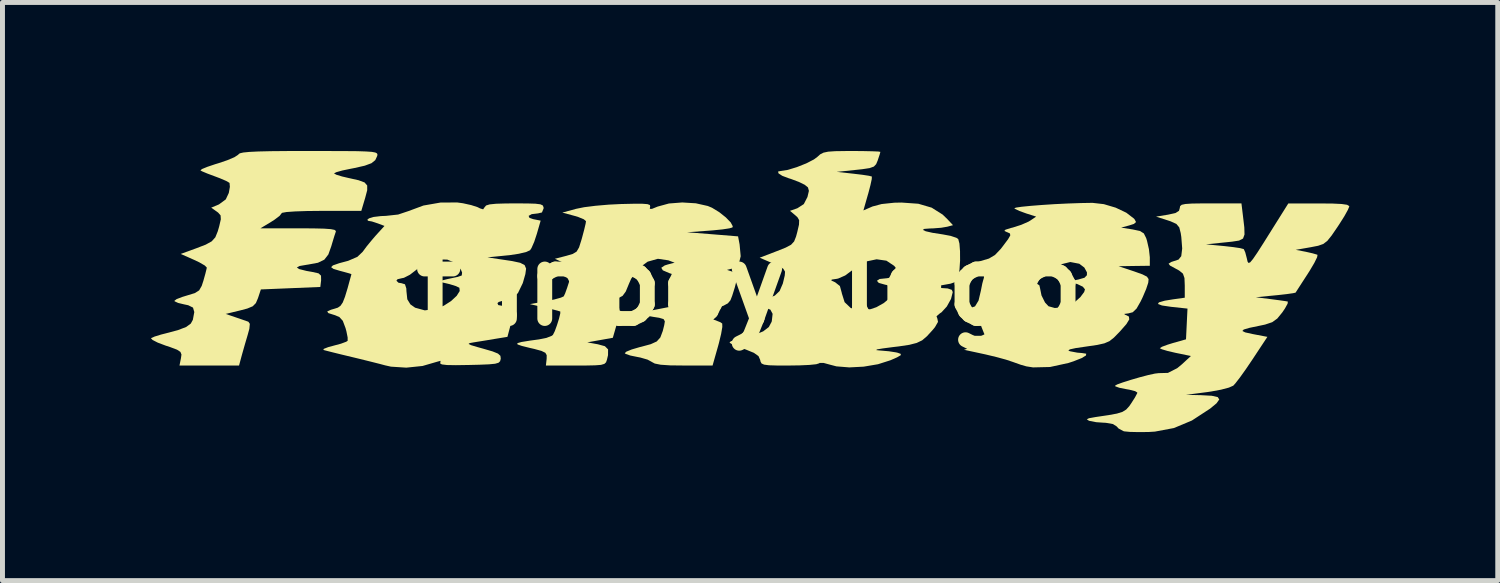
<source format=kicad_pcb>
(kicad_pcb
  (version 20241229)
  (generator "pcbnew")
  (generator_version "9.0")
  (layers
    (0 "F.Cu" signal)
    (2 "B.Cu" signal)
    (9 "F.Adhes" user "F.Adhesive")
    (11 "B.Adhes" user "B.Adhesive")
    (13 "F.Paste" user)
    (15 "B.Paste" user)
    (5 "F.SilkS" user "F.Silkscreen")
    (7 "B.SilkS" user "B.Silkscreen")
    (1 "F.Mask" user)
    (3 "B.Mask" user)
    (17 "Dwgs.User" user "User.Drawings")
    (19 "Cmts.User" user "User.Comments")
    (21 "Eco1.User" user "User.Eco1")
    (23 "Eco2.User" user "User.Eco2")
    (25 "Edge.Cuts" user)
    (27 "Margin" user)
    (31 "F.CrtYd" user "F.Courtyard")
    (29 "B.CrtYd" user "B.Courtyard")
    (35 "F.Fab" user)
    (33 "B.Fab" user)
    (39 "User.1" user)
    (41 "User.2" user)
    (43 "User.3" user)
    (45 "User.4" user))
  (footprint "fanboy_logo"
    (layer "F.Cu")
    (at 12.098 2.706)
    (property "Reference" "fanboy_logo" (at 0 0 0) (layer "F.SilkS") (effects (font (size 1.5 1.5) (thickness 0.3))))
    (attr board_only exclude_from_pos_files exclude_from_bom)
    (fp_poly (pts (xy -8.491 -2.705) (xy -8.17 -2.704) (xy -7.927 -2.702) (xy -7.753 -2.696) (xy -7.636 -2.688) (xy -7.566 -2.675) (xy -7.532 -2.657) (xy -7.523 -2.634) (xy -7.528 -2.604) (xy -7.529 -2.603) (xy -7.567 -2.521) (xy -7.644 -2.459) (xy -7.779 -2.409) (xy -7.991 -2.361) (xy -8.063 -2.347) (xy -8.232 -2.312) (xy -8.352 -2.278) (xy -8.4 -2.254) (xy -8.4 -2.253) (xy -8.355 -2.227) (xy -8.238 -2.191) (xy -8.11 -2.161) (xy -7.904 -2.115) (xy -7.783 -2.07) (xy -7.73 -2.009) (xy -7.73 -1.913) (xy -7.769 -1.765) (xy -7.771 -1.758) (xy -7.849 -1.496) (xy -8.654 -1.496) (xy -8.947 -1.493) (xy -9.186 -1.485) (xy -9.358 -1.473) (xy -9.448 -1.457) (xy -9.458 -1.449) (xy -9.498 -1.397) (xy -9.599 -1.32) (xy -9.672 -1.273) (xy -9.886 -1.144) (xy -9.112 -1.144) (xy -8.813 -1.142) (xy -8.601 -1.137) (xy -8.464 -1.127) (xy -8.389 -1.112) (xy -8.363 -1.089) (xy -8.365 -1.073) (xy -8.395 -0.983) (xy -8.438 -0.841) (xy -8.455 -0.783) (xy -8.515 -0.615) (xy -8.597 -0.51) (xy -8.725 -0.448) (xy -8.926 -0.411) (xy -8.947 -0.408) (xy -9.099 -0.382) (xy -9.151 -0.352) (xy -9.104 -0.32) (xy -8.957 -0.283) (xy -8.837 -0.262) (xy -8.713 -0.234) (xy -8.663 -0.188) (xy -8.661 -0.099) (xy -8.661 -0.095) (xy -8.677 0.041) (xy -9.277 0.066) (xy -9.878 0.091) (xy -9.936 0.266) (xy -9.979 0.367) (xy -10.042 0.431) (xy -10.152 0.477) (xy -10.292 0.514) (xy -10.589 0.586) (xy -10.389 0.654) (xy -10.249 0.702) (xy -10.146 0.738) (xy -10.13 0.744) (xy -10.101 0.786) (xy -10.111 0.887) (xy -10.144 1.008) (xy -10.2 1.198) (xy -10.253 1.385) (xy -10.268 1.439) (xy -10.319 1.628) (xy -10.92 1.628) (xy -11.522 1.628) (xy -11.493 1.483) (xy -11.482 1.406) (xy -11.503 1.353) (xy -11.572 1.308) (xy -11.71 1.256) (xy -11.801 1.226) (xy -11.96 1.166) (xy -12.065 1.113) (xy -12.098 1.078) (xy -12.096 1.075) (xy -12.025 1.043) (xy -11.892 1.002) (xy -11.801 0.979) (xy -11.553 0.913) (xy -11.389 0.85) (xy -11.294 0.781) (xy -11.252 0.705) (xy -11.223 0.548) (xy -11.249 0.458) (xy -11.346 0.41) (xy -11.423 0.394) (xy -11.549 0.364) (xy -11.62 0.331) (xy -11.625 0.321) (xy -11.581 0.287) (xy -11.467 0.243) (xy -11.366 0.212) (xy -11.212 0.165) (xy -11.125 0.11) (xy -11.073 0.019) (xy -11.039 -0.085) (xy -10.999 -0.228) (xy -10.974 -0.33) (xy -10.971 -0.352) (xy -11.012 -0.393) (xy -11.121 -0.456) (xy -11.233 -0.509) (xy -11.497 -0.626) (xy -11.184 -0.74) (xy -10.992 -0.814) (xy -10.871 -0.881) (xy -10.798 -0.962) (xy -10.749 -1.083) (xy -10.719 -1.187) (xy -10.687 -1.326) (xy -10.692 -1.405) (xy -10.741 -1.461) (xy -10.771 -1.483) (xy -10.881 -1.561) (xy -10.726 -1.626) (xy -10.587 -1.728) (xy -10.526 -1.858) (xy -10.504 -1.981) (xy -10.511 -2.059) (xy -10.514 -2.063) (xy -10.577 -2.1) (xy -10.703 -2.154) (xy -10.809 -2.194) (xy -10.959 -2.25) (xy -11.066 -2.295) (xy -11.099 -2.314) (xy -11.068 -2.341) (xy -10.961 -2.385) (xy -10.798 -2.44) (xy -10.741 -2.457) (xy -10.557 -2.519) (xy -10.413 -2.58) (xy -10.336 -2.63) (xy -10.33 -2.639) (xy -10.303 -2.659) (xy -10.234 -2.675) (xy -10.112 -2.687) (xy -9.929 -2.696) (xy -9.674 -2.702) (xy -9.338 -2.705) (xy -8.911 -2.706) (xy -8.903 -2.706)) (stroke (width 0) (type solid)) (fill yes) (layer "F.SilkS"))
    (fp_poly (pts (xy 7.151 -1.632) (xy 7.39 -1.561) (xy 7.605 -1.459) (xy 7.76 -1.34) (xy 7.772 -1.326) (xy 7.801 -1.271) (xy 7.76 -1.233) (xy 7.668 -1.203) (xy 7.501 -1.158) (xy 7.733 -1.121) (xy 7.879 -1.09) (xy 7.959 -1.041) (xy 8.006 -0.947) (xy 8.023 -0.893) (xy 8.062 -0.722) (xy 8.08 -0.559) (xy 8.08 -0.545) (xy 8.08 -0.387) (xy 7.765 -0.383) (xy 7.45 -0.378) (xy 7.764 -0.273) (xy 7.932 -0.213) (xy 8.022 -0.167) (xy 8.055 -0.118) (xy 8.049 -0.05) (xy 8.046 -0.038) (xy 8.006 0.083) (xy 7.937 0.245) (xy 7.896 0.331) (xy 7.812 0.478) (xy 7.735 0.552) (xy 7.642 0.576) (xy 7.638 0.576) (xy 7.562 0.586) (xy 7.582 0.603) (xy 7.589 0.605) (xy 7.657 0.638) (xy 7.665 0.696) (xy 7.607 0.791) (xy 7.478 0.938) (xy 7.461 0.956) (xy 7.354 1.065) (xy 7.264 1.136) (xy 7.162 1.18) (xy 7.019 1.212) (xy 6.807 1.243) (xy 6.793 1.245) (xy 6.582 1.276) (xy 6.464 1.302) (xy 6.434 1.325) (xy 6.467 1.34) (xy 6.615 1.368) (xy 6.71 1.376) (xy 6.795 1.389) (xy 6.79 1.425) (xy 6.703 1.478) (xy 6.539 1.543) (xy 6.435 1.577) (xy 6.063 1.658) (xy 5.721 1.666) (xy 5.586 1.645) (xy 5.471 1.612) (xy 5.325 1.56) (xy 5.308 1.554) (xy 5.173 1.509) (xy 4.978 1.456) (xy 4.761 1.404) (xy 4.729 1.397) (xy 4.326 1.31) (xy 4.547 1.243) (xy 4.684 1.199) (xy 4.774 1.165) (xy 4.79 1.155) (xy 4.784 1.101) (xy 4.741 0.997) (xy 4.732 0.981) (xy 4.677 0.843) (xy 4.653 0.724) (xy 4.653 0.723) (xy 4.62 0.636) (xy 4.508 0.589) (xy 4.502 0.588) (xy 4.392 0.55) (xy 4.353 0.506) (xy 4.393 0.475) (xy 4.45 0.469) (xy 4.549 0.433) (xy 4.62 0.316) (xy 4.667 0.117) (xy 4.696 -0.029) (xy 4.711 -0.085) (xy 5.737 -0.085) (xy 5.748 -0.042) (xy 5.784 -0.035) (xy 5.849 0.008) (xy 5.863 0.069) (xy 5.892 0.213) (xy 5.963 0.355) (xy 6.034 0.431) (xy 6.16 0.466) (xy 6.33 0.452) (xy 6.434 0.422) (xy 6.559 0.351) (xy 6.676 0.247) (xy 6.754 0.142) (xy 6.77 0.089) (xy 6.727 0.036) (xy 6.621 -0.015) (xy 6.606 -0.02) (xy 6.442 -0.07) (xy 6.634 -0.109) (xy 6.76 -0.145) (xy 6.809 -0.196) (xy 6.81 -0.254) (xy 6.757 -0.351) (xy 6.655 -0.428) (xy 6.473 -0.463) (xy 6.276 -0.414) (xy 6.092 -0.289) (xy 6.063 -0.26) (xy 5.957 -0.174) (xy 5.861 -0.136) (xy 5.857 -0.135) (xy 5.764 -0.11) (xy 5.737 -0.085) (xy 4.711 -0.085) (xy 4.727 -0.14) (xy 4.729 -0.145) (xy 4.729 -0.206) (xy 4.661 -0.255) (xy 4.558 -0.291) (xy 4.438 -0.335) (xy 4.377 -0.375) (xy 4.375 -0.386) (xy 4.433 -0.416) (xy 4.557 -0.456) (xy 4.663 -0.483) (xy 4.831 -0.533) (xy 4.953 -0.606) (xy 5.069 -0.728) (xy 5.116 -0.789) (xy 5.217 -0.924) (xy 5.261 -1) (xy 5.255 -1.039) (xy 5.205 -1.063) (xy 5.192 -1.067) (xy 5.141 -1.091) (xy 5.164 -1.116) (xy 5.273 -1.15) (xy 5.314 -1.16) (xy 5.482 -1.214) (xy 5.628 -1.278) (xy 5.665 -1.3) (xy 5.784 -1.38) (xy 5.584 -1.444) (xy 5.448 -1.493) (xy 5.356 -1.537) (xy 5.342 -1.547) (xy 5.375 -1.562) (xy 5.49 -1.579) (xy 5.67 -1.597) (xy 5.898 -1.615) (xy 6.156 -1.632) (xy 6.425 -1.645) (xy 6.689 -1.654) (xy 6.923 -1.658)) (stroke (width 0) (type solid)) (fill yes) (layer "F.SilkS"))
    (fp_poly (pts (xy -1.091 -1.649) (xy -0.85 -1.595) (xy -0.764 -1.559) (xy -0.617 -1.469) (xy -0.485 -1.364) (xy -0.387 -1.263) (xy -0.345 -1.185) (xy -0.352 -1.161) (xy -0.414 -1.143) (xy -0.552 -1.122) (xy -0.74 -1.103) (xy -0.827 -1.096) (xy -1.268 -1.064) (xy -0.753 -1.023) (xy -0.238 -0.981) (xy -0.207 -0.818) (xy -0.185 -0.579) (xy -0.225 -0.419) (xy -0.325 -0.338) (xy -0.336 -0.335) (xy -0.462 -0.304) (xy -0.349 -0.267) (xy -0.289 -0.238) (xy -0.261 -0.189) (xy -0.266 -0.099) (xy -0.304 0.051) (xy -0.356 0.217) (xy -0.392 0.31) (xy -0.444 0.372) (xy -0.537 0.422) (xy -0.694 0.473) (xy -0.781 0.498) (xy -1.15 0.603) (xy -0.87 0.665) (xy -0.711 0.708) (xy -0.596 0.753) (xy -0.558 0.78) (xy -0.556 0.849) (xy -0.58 0.988) (xy -0.624 1.171) (xy -0.64 1.23) (xy -0.753 1.628) (xy -1.329 1.628) (xy -1.609 1.625) (xy -1.802 1.612) (xy -1.921 1.588) (xy -1.975 1.559) (xy -2.066 1.509) (xy -2.211 1.467) (xy -2.273 1.455) (xy -2.415 1.426) (xy -2.509 1.393) (xy -2.527 1.379) (xy -2.495 1.348) (xy -2.387 1.304) (xy -2.224 1.256) (xy -2.197 1.25) (xy -2.002 1.197) (xy -1.881 1.142) (xy -1.808 1.061) (xy -1.759 0.93) (xy -1.73 0.814) (xy -1.717 0.735) (xy -1.743 0.69) (xy -1.831 0.664) (xy -1.952 0.645) (xy -2.107 0.617) (xy -2.164 0.587) (xy -2.123 0.554) (xy -1.983 0.515) (xy -1.882 0.495) (xy -1.622 0.444) (xy -1.538 0.132) (xy -1.454 -0.181) (xy -1.626 -0.238) (xy -1.758 -0.295) (xy -1.789 -0.347) (xy -1.719 -0.394) (xy -1.659 -0.413) (xy -1.52 -0.449) (xy -1.646 -0.497) (xy -1.857 -0.528) (xy -2.064 -0.47) (xy -2.25 -0.333) (xy -2.397 -0.126) (xy -2.443 -0.021) (xy -2.507 0.134) (xy -2.571 0.221) (xy -2.663 0.27) (xy -2.751 0.295) (xy -2.881 0.34) (xy -2.921 0.383) (xy -2.868 0.412) (xy -2.775 0.419) (xy -2.681 0.431) (xy -2.637 0.481) (xy -2.638 0.585) (xy -2.681 0.763) (xy -2.687 0.787) (xy -2.768 1.068) (xy -3.026 1.114) (xy -3.284 1.16) (xy -3.07 1.199) (xy -2.928 1.238) (xy -2.864 1.302) (xy -2.865 1.419) (xy -2.888 1.515) (xy -2.905 1.563) (xy -2.939 1.595) (xy -3.007 1.615) (xy -3.126 1.624) (xy -3.315 1.628) (xy -3.519 1.628) (xy -4.12 1.628) (xy -4.105 1.492) (xy -4.104 1.419) (xy -4.131 1.371) (xy -4.209 1.333) (xy -4.355 1.293) (xy -4.443 1.273) (xy -4.607 1.232) (xy -4.693 1.202) (xy -4.698 1.177) (xy -4.615 1.153) (xy -4.441 1.125) (xy -4.259 1.1) (xy -4.109 1.07) (xy -4.002 1.028) (xy -3.978 1.009) (xy -3.94 0.933) (xy -3.896 0.812) (xy -3.855 0.681) (xy -3.83 0.577) (xy -3.829 0.537) (xy -3.881 0.521) (xy -4.003 0.489) (xy -4.143 0.456) (xy -4.443 0.388) (xy -4.119 0.329) (xy -3.947 0.293) (xy -3.817 0.257) (xy -3.76 0.231) (xy -3.732 0.172) (xy -3.69 0.055) (xy -3.644 -0.088) (xy -3.603 -0.227) (xy -3.578 -0.328) (xy -3.576 -0.362) (xy -3.624 -0.383) (xy -3.73 -0.431) (xy -3.763 -0.447) (xy -3.939 -0.528) (xy -3.707 -0.588) (xy -3.578 -0.626) (xy -3.5 -0.673) (xy -3.45 -0.758) (xy -3.403 -0.907) (xy -3.392 -0.945) (xy -3.348 -1.11) (xy -3.318 -1.236) (xy -3.31 -1.288) (xy -3.354 -1.326) (xy -3.466 -1.372) (xy -3.549 -1.397) (xy -3.788 -1.461) (xy -3.511 -1.537) (xy -3.348 -1.57) (xy -3.117 -1.599) (xy -2.85 -1.622) (xy -2.61 -1.634) (xy -2.348 -1.64) (xy -2.172 -1.64) (xy -2.067 -1.632) (xy -2.019 -1.614) (xy -2.013 -1.585) (xy -2.015 -1.579) (xy -2.021 -1.536) (xy -1.976 -1.537) (xy -1.862 -1.583) (xy -1.858 -1.584) (xy -1.635 -1.645) (xy -1.366 -1.666)) (stroke (width 0) (type solid)) (fill yes) (layer "F.SilkS"))
    (fp_poly (pts (xy -5.796 -1.65) (xy -5.629 -1.613) (xy -5.5 -1.571) (xy -5.45 -1.546) (xy -5.388 -1.527) (xy -5.358 -1.57) (xy -5.328 -1.605) (xy -5.256 -1.627) (xy -5.127 -1.64) (xy -4.925 -1.646) (xy -4.747 -1.647) (xy -4.498 -1.646) (xy -4.332 -1.641) (xy -4.233 -1.629) (xy -4.184 -1.607) (xy -4.168 -1.571) (xy -4.166 -1.547) (xy -4.2 -1.464) (xy -4.28 -1.445) (xy -4.407 -1.43) (xy -4.469 -1.395) (xy -4.452 -1.355) (xy -4.377 -1.329) (xy -4.226 -1.299) (xy -4.303 -1.032) (xy -4.356 -0.871) (xy -4.411 -0.745) (xy -4.44 -0.701) (xy -4.516 -0.666) (xy -4.665 -0.63) (xy -4.856 -0.601) (xy -4.9 -0.597) (xy -5.3 -0.557) (xy -5.048 -0.519) (xy -4.801 -0.482) (xy -4.639 -0.447) (xy -4.55 -0.401) (xy -4.52 -0.33) (xy -4.535 -0.219) (xy -4.582 -0.054) (xy -4.588 -0.035) (xy -4.686 0.167) (xy -4.833 0.286) (xy -4.982 0.317) (xy -5.073 0.344) (xy -5.099 0.369) (xy -5.082 0.407) (xy -5.013 0.42) (xy -4.872 0.435) (xy -4.801 0.491) (xy -4.789 0.605) (xy -4.826 0.78) (xy -4.897 1.049) (xy -5.149 1.09) (xy -5.339 1.122) (xy -5.521 1.151) (xy -5.577 1.16) (xy -5.66 1.175) (xy -5.682 1.192) (xy -5.632 1.217) (xy -5.501 1.256) (xy -5.386 1.288) (xy -5.197 1.343) (xy -5.088 1.387) (xy -5.039 1.432) (xy -5.032 1.488) (xy -5.033 1.496) (xy -5.045 1.541) (xy -5.077 1.572) (xy -5.146 1.592) (xy -5.269 1.604) (xy -5.463 1.612) (xy -5.67 1.617) (xy -5.939 1.621) (xy -6.119 1.618) (xy -6.221 1.606) (xy -6.257 1.585) (xy -6.253 1.571) (xy -6.248 1.533) (xy -6.312 1.55) (xy -6.612 1.637) (xy -6.94 1.671) (xy -7.25 1.651) (xy -7.366 1.625) (xy -7.479 1.595) (xy -7.661 1.549) (xy -7.883 1.494) (xy -8.036 1.457) (xy -8.257 1.404) (xy -8.443 1.358) (xy -8.572 1.325) (xy -8.616 1.313) (xy -8.606 1.291) (xy -8.519 1.257) (xy -8.412 1.228) (xy -8.26 1.187) (xy -8.155 1.148) (xy -8.125 1.129) (xy -8.125 1.062) (xy -8.15 0.937) (xy -8.168 0.871) (xy -8.223 0.725) (xy -8.294 0.647) (xy -8.392 0.608) (xy -8.515 0.569) (xy -8.538 0.536) (xy -8.461 0.501) (xy -8.392 0.481) (xy -8.323 0.459) (xy -8.27 0.422) (xy -8.224 0.355) (xy -8.179 0.24) (xy -8.125 0.062) (xy -8.085 -0.085) (xy -7.14 -0.085) (xy -7.097 -0.044) (xy -7.039 -0.035) (xy -6.967 -0.013) (xy -6.94 0.07) (xy -6.937 0.129) (xy -6.92 0.29) (xy -6.857 0.393) (xy -6.762 0.46) (xy -6.566 0.514) (xy -6.336 0.482) (xy -6.183 0.42) (xy -6.036 0.326) (xy -5.922 0.22) (xy -5.861 0.123) (xy -5.868 0.057) (xy -5.939 0.023) (xy -6.066 -0.016) (xy -6.107 -0.026) (xy -6.21 -0.05) (xy -6.251 -0.069) (xy -6.223 -0.089) (xy -6.115 -0.117) (xy -5.918 -0.159) (xy -5.906 -0.161) (xy -5.82 -0.191) (xy -5.813 -0.25) (xy -5.837 -0.309) (xy -5.948 -0.444) (xy -6.113 -0.512) (xy -6.312 -0.514) (xy -6.522 -0.449) (xy -6.724 -0.317) (xy -6.738 -0.305) (xy -6.868 -0.205) (xy -6.988 -0.144) (xy -7.032 -0.135) (xy -7.118 -0.115) (xy -7.14 -0.085) (xy -8.085 -0.085) (xy -8.054 -0.197) (xy -8.049 -0.218) (xy -8.091 -0.233) (xy -8.203 -0.264) (xy -8.286 -0.286) (xy -8.412 -0.324) (xy -8.459 -0.359) (xy -8.422 -0.395) (xy -8.295 -0.439) (xy -8.115 -0.487) (xy -7.929 -0.567) (xy -7.822 -0.669) (xy -7.737 -0.784) (xy -7.618 -0.928) (xy -7.559 -0.996) (xy -7.381 -1.192) (xy -7.516 -1.243) (xy -7.635 -1.282) (xy -7.71 -1.295) (xy -7.729 -1.315) (xy -7.694 -1.345) (xy -7.602 -1.373) (xy -7.452 -1.391) (xy -7.352 -1.395) (xy -7.105 -1.422) (xy -6.896 -1.492) (xy -6.594 -1.604) (xy -6.25 -1.664) (xy -5.912 -1.666)) (stroke (width 0) (type solid)) (fill yes) (layer "F.SilkS"))
    (fp_poly (pts (xy 9.963 -1.383) (xy 9.989 -1.161) (xy 9.993 -1.019) (xy 9.963 -0.937) (xy 9.883 -0.896) (xy 9.74 -0.874) (xy 9.605 -0.86) (xy 9.214 -0.82) (xy 9.583 -0.785) (xy 9.766 -0.764) (xy 9.906 -0.743) (xy 9.977 -0.724) (xy 9.979 -0.722) (xy 10.008 -0.658) (xy 10.039 -0.54) (xy 10.041 -0.531) (xy 10.055 -0.47) (xy 10.075 -0.443) (xy 10.108 -0.457) (xy 10.164 -0.524) (xy 10.251 -0.651) (xy 10.377 -0.848) (xy 10.476 -1.006) (xy 10.877 -1.645) (xy 11.495 -1.646) (xy 11.77 -1.644) (xy 11.956 -1.635) (xy 12.065 -1.619) (xy 12.108 -1.593) (xy 12.109 -1.584) (xy 12.081 -1.516) (xy 12.01 -1.388) (xy 11.907 -1.225) (xy 11.87 -1.169) (xy 11.752 -0.997) (xy 11.665 -0.889) (xy 11.583 -0.827) (xy 11.48 -0.791) (xy 11.331 -0.762) (xy 11.331 -0.762) (xy 11.028 -0.709) (xy 11.23 -0.67) (xy 11.366 -0.639) (xy 11.456 -0.613) (xy 11.468 -0.607) (xy 11.459 -0.558) (xy 11.404 -0.446) (xy 11.313 -0.292) (xy 11.268 -0.221) (xy 11.161 -0.056) (xy 11.077 0.074) (xy 11.03 0.147) (xy 11.024 0.156) (xy 10.974 0.167) (xy 10.848 0.185) (xy 10.671 0.205) (xy 10.619 0.21) (xy 10.222 0.249) (xy 10.524 0.287) (xy 10.692 0.309) (xy 10.818 0.327) (xy 10.868 0.336) (xy 10.864 0.377) (xy 10.811 0.474) (xy 10.757 0.554) (xy 10.655 0.679) (xy 10.552 0.753) (xy 10.408 0.801) (xy 10.313 0.821) (xy 10.097 0.866) (xy 9.977 0.901) (xy 9.949 0.931) (xy 10.008 0.959) (xy 10.151 0.991) (xy 10.162 0.993) (xy 10.455 1.049) (xy 10.153 1.506) (xy 10.021 1.701) (xy 9.901 1.869) (xy 9.808 1.989) (xy 9.766 2.035) (xy 9.678 2.074) (xy 9.519 2.116) (xy 9.318 2.153) (xy 9.245 2.164) (xy 8.811 2.22) (xy 9.113 2.227) (xy 9.331 2.239) (xy 9.452 2.266) (xy 9.483 2.314) (xy 9.427 2.392) (xy 9.298 2.499) (xy 8.93 2.739) (xy 8.567 2.891) (xy 8.183 2.963) (xy 8.055 2.971) (xy 7.851 2.973) (xy 7.676 2.969) (xy 7.563 2.958) (xy 7.551 2.955) (xy 7.448 2.9) (xy 7.41 2.858) (xy 7.333 2.81) (xy 7.19 2.785) (xy 7.158 2.784) (xy 6.998 2.773) (xy 6.867 2.748) (xy 6.846 2.741) (xy 6.807 2.715) (xy 6.85 2.693) (xy 6.983 2.669) (xy 6.997 2.667) (xy 7.246 2.63) (xy 7.416 2.599) (xy 7.528 2.564) (xy 7.603 2.517) (xy 7.664 2.45) (xy 7.704 2.392) (xy 7.78 2.273) (xy 7.824 2.19) (xy 7.828 2.174) (xy 7.783 2.146) (xy 7.67 2.117) (xy 7.601 2.105) (xy 7.466 2.078) (xy 7.385 2.049) (xy 7.375 2.038) (xy 7.419 2.011) (xy 7.535 1.969) (xy 7.696 1.918) (xy 7.875 1.866) (xy 8.046 1.821) (xy 8.183 1.791) (xy 8.258 1.782) (xy 8.26 1.782) (xy 8.446 1.777) (xy 8.633 1.682) (xy 8.723 1.608) (xy 8.91 1.436) (xy 8.596 1.371) (xy 8.434 1.333) (xy 8.321 1.299) (xy 8.282 1.278) (xy 8.326 1.249) (xy 8.439 1.207) (xy 8.546 1.174) (xy 8.811 1.099) (xy 8.826 0.788) (xy 8.841 0.478) (xy 8.506 0.442) (xy 8.325 0.415) (xy 8.244 0.385) (xy 8.264 0.352) (xy 8.383 0.318) (xy 8.544 0.292) (xy 8.786 0.258) (xy 8.786 0.012) (xy 8.78 -0.139) (xy 8.749 -0.228) (xy 8.672 -0.291) (xy 8.597 -0.332) (xy 8.489 -0.391) (xy 8.459 -0.429) (xy 8.514 -0.464) (xy 8.659 -0.512) (xy 8.66 -0.512) (xy 8.715 -0.581) (xy 8.734 -0.736) (xy 8.716 -0.969) (xy 8.704 -1.048) (xy 8.675 -1.162) (xy 8.617 -1.232) (xy 8.5 -1.285) (xy 8.44 -1.305) (xy 8.206 -1.38) (xy 8.446 -1.419) (xy 8.597 -1.452) (xy 8.669 -1.497) (xy 8.685 -1.552) (xy 8.692 -1.592) (xy 8.724 -1.619) (xy 8.798 -1.635) (xy 8.93 -1.644) (xy 9.135 -1.647) (xy 9.308 -1.647) (xy 9.931 -1.647)) (stroke (width 0) (type solid)) (fill yes) (layer "F.SilkS"))
    (fp_poly (pts (xy 2.288 -2.704) (xy 2.473 -2.7) (xy 2.596 -2.695) (xy 2.637 -2.688) (xy 2.622 -2.633) (xy 2.586 -2.525) (xy 2.584 -2.517) (xy 2.551 -2.439) (xy 2.505 -2.391) (xy 2.419 -2.36) (xy 2.272 -2.338) (xy 2.143 -2.324) (xy 1.755 -2.284) (xy 2.1 -2.246) (xy 2.275 -2.225) (xy 2.406 -2.205) (xy 2.464 -2.19) (xy 2.465 -2.189) (xy 2.462 -2.135) (xy 2.435 -2.011) (xy 2.391 -1.843) (xy 2.389 -1.838) (xy 2.294 -1.505) (xy 2.478 -1.585) (xy 2.662 -1.634) (xy 2.919 -1.661) (xy 3.066 -1.664) (xy 3.404 -1.64) (xy 3.673 -1.561) (xy 3.895 -1.421) (xy 3.988 -1.331) (xy 4.104 -1.207) (xy 3.988 -1.176) (xy 3.865 -1.155) (xy 3.698 -1.142) (xy 3.645 -1.141) (xy 3.524 -1.132) (xy 3.495 -1.112) (xy 3.553 -1.084) (xy 3.69 -1.053) (xy 3.896 -1.021) (xy 4.056 -0.991) (xy 4.173 -0.952) (xy 4.21 -0.926) (xy 4.234 -0.836) (xy 4.246 -0.68) (xy 4.247 -0.492) (xy 4.235 -0.308) (xy 4.219 -0.196) (xy 4.195 -0.11) (xy 4.148 -0.058) (xy 4.053 -0.025) (xy 3.884 0.005) (xy 3.879 0.006) (xy 3.57 0.053) (xy 3.834 0.06) (xy 3.997 0.071) (xy 4.079 0.099) (xy 4.099 0.144) (xy 4.064 0.283) (xy 3.979 0.436) (xy 3.873 0.552) (xy 3.841 0.573) (xy 3.771 0.632) (xy 3.789 0.684) (xy 3.801 0.747) (xy 3.74 0.853) (xy 3.686 0.918) (xy 3.577 1.037) (xy 3.481 1.119) (xy 3.37 1.172) (xy 3.221 1.21) (xy 3.008 1.242) (xy 2.889 1.256) (xy 2.683 1.283) (xy 2.571 1.302) (xy 2.551 1.316) (xy 2.616 1.324) (xy 2.637 1.325) (xy 2.808 1.34) (xy 2.956 1.363) (xy 2.988 1.371) (xy 3.049 1.393) (xy 3.048 1.42) (xy 2.974 1.463) (xy 2.84 1.522) (xy 2.589 1.602) (xy 2.299 1.651) (xy 2.008 1.666) (xy 1.749 1.645) (xy 1.616 1.61) (xy 1.491 1.576) (xy 1.41 1.576) (xy 1.399 1.584) (xy 1.341 1.602) (xy 1.203 1.616) (xy 1.006 1.625) (xy 0.798 1.628) (xy 0.551 1.628) (xy 0.387 1.623) (xy 0.288 1.61) (xy 0.237 1.587) (xy 0.216 1.549) (xy 0.209 1.515) (xy 0.175 1.438) (xy 0.082 1.372) (xy -0.089 1.302) (xy -0.093 1.301) (xy -0.251 1.241) (xy -0.368 1.192) (xy -0.411 1.167) (xy -0.386 1.139) (xy -0.286 1.104) (xy -0.188 1.079) (xy 0.084 1.011) (xy 0.269 0.938) (xy 0.383 0.851) (xy 0.44 0.744) (xy 0.444 0.727) (xy 0.46 0.584) (xy 0.415 0.5) (xy 0.293 0.451) (xy 0.238 0.44) (xy 0.127 0.409) (xy 0.108 0.374) (xy 0.183 0.331) (xy 0.354 0.275) (xy 0.359 0.274) (xy 0.505 0.215) (xy 0.601 0.123) (xy 0.666 -0.027) (xy 0.681 -0.089) (xy 1.646 -0.089) (xy 1.724 -0.053) (xy 1.724 -0.053) (xy 1.819 0.022) (xy 1.857 0.16) (xy 1.858 0.169) (xy 1.914 0.348) (xy 2.038 0.466) (xy 2.218 0.515) (xy 2.438 0.49) (xy 2.556 0.45) (xy 2.706 0.366) (xy 2.837 0.256) (xy 2.922 0.146) (xy 2.94 0.088) (xy 2.895 0.044) (xy 2.783 0.005) (xy 2.736 -0.004) (xy 2.604 -0.041) (xy 2.567 -0.084) (xy 2.622 -0.12) (xy 2.766 -0.135) (xy 2.768 -0.135) (xy 2.914 -0.162) (xy 2.977 -0.234) (xy 2.952 -0.339) (xy 2.915 -0.386) (xy 2.759 -0.49) (xy 2.561 -0.518) (xy 2.347 -0.473) (xy 2.138 -0.357) (xy 2.061 -0.291) (xy 1.926 -0.191) (xy 1.784 -0.129) (xy 1.755 -0.123) (xy 1.654 -0.108) (xy 1.646 -0.089) (xy 0.681 -0.089) (xy 0.705 -0.19) (xy 0.711 -0.268) (xy 0.676 -0.326) (xy 0.58 -0.384) (xy 0.465 -0.435) (xy 0.199 -0.55) (xy 0.546 -0.683) (xy 0.724 -0.754) (xy 0.832 -0.811) (xy 0.894 -0.878) (xy 0.933 -0.976) (xy 0.958 -1.068) (xy 0.993 -1.219) (xy 0.996 -1.308) (xy 0.962 -1.367) (xy 0.917 -1.408) (xy 0.811 -1.497) (xy 0.96 -1.549) (xy 1.09 -1.633) (xy 1.164 -1.777) (xy 1.193 -1.9) (xy 1.174 -1.97) (xy 1.109 -2.023) (xy 0.99 -2.081) (xy 0.831 -2.141) (xy 0.785 -2.155) (xy 0.655 -2.204) (xy 0.579 -2.254) (xy 0.57 -2.291) (xy 0.626 -2.302) (xy 0.767 -2.324) (xy 0.95 -2.38) (xy 1.139 -2.455) (xy 1.294 -2.535) (xy 1.363 -2.586) (xy 1.421 -2.638) (xy 1.487 -2.672) (xy 1.581 -2.692) (xy 1.725 -2.702) (xy 1.938 -2.705) (xy 2.06 -2.706)) (stroke (width 0) (type solid)) (fill yes) (layer "F.SilkS")))
  (gr_rect
    (start -3 -3)
    (end 27.207 8.679)
    (stroke (width 0.1) (type default))
    (fill no)
    (layer "Edge.Cuts")))
</source>
